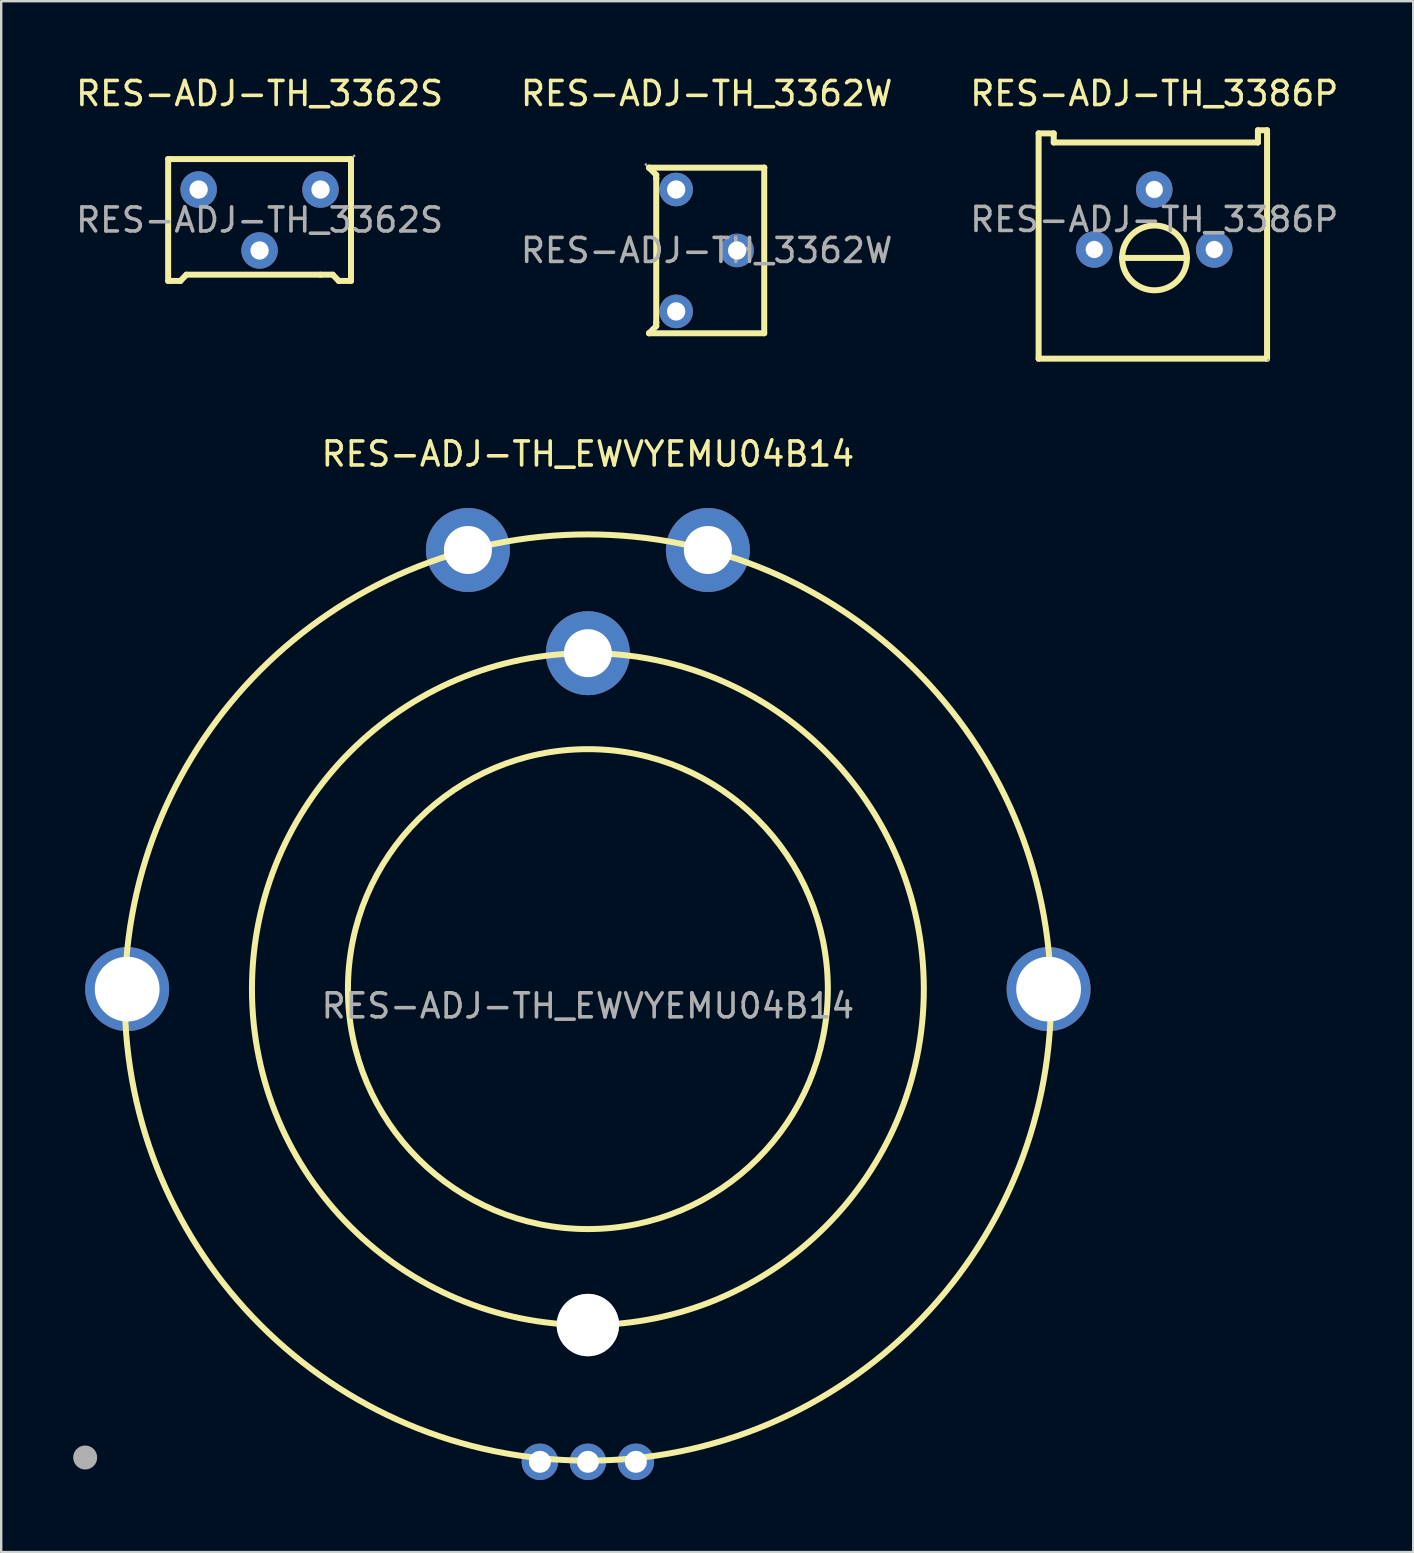
<source format=kicad_pcb>
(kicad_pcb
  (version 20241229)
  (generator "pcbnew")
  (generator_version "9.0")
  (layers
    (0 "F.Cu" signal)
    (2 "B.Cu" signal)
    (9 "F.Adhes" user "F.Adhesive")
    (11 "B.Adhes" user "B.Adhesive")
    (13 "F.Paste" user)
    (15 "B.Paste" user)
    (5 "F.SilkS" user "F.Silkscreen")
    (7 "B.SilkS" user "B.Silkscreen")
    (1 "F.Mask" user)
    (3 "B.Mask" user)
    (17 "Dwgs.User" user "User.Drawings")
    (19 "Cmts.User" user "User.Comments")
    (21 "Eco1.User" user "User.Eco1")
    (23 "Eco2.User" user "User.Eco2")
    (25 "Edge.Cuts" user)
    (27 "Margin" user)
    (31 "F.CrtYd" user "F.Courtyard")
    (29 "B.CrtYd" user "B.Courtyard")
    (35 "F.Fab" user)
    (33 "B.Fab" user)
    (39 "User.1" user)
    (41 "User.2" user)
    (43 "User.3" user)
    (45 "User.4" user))
  (footprint "RES-ADJ-TH_3362W"
    (layer "F.Cu")
    (at 26.399 7.388)
    (property "Reference" "RES-ADJ-TH_3362W" (at 0 -6.54 0) (layer "F.SilkS") (effects (font (size 1 1) (thickness 0.15))))
    (attr through_hole)
    (fp_line (start -2.4 -3.45) (end -2.4 -3.45) (stroke (width 0.25) (type solid)) (layer "F.SilkS"))
    (fp_line (start -2.4 -3.45) (end 2.4 -3.45) (stroke (width 0.25) (type solid)) (layer "F.SilkS"))
    (fp_line (start -2.4 3.45) (end -2.4 3.45) (stroke (width 0.25) (type solid)) (layer "F.SilkS"))
    (fp_line (start -2.4 3.45) (end -2.1 3.15) (stroke (width 0.25) (type solid)) (layer "F.SilkS"))
    (fp_line (start -2.1 -3.15) (end -2.4 -3.45) (stroke (width 0.25) (type solid)) (layer "F.SilkS"))
    (fp_line (start -2.1 -3) (end -2.1 -3.15) (stroke (width 0.25) (type solid)) (layer "F.SilkS"))
    (fp_line (start -2.1 -3) (end -2.1 -3) (stroke (width 0.25) (type solid)) (layer "F.SilkS"))
    (fp_line (start -2.1 3) (end -2.1 -3) (stroke (width 0.25) (type solid)) (layer "F.SilkS"))
    (fp_line (start -2.1 3) (end -2.1 3) (stroke (width 0.25) (type solid)) (layer "F.SilkS"))
    (fp_line (start -2.1 3.15) (end -2.1 3) (stroke (width 0.25) (type solid)) (layer "F.SilkS"))
    (fp_line (start 2.4 -3.45) (end 2.4 -3.45) (stroke (width 0.25) (type solid)) (layer "F.SilkS"))
    (fp_line (start 2.4 -3.45) (end 2.4 3.45) (stroke (width 0.25) (type solid)) (layer "F.SilkS"))
    (fp_line (start 2.4 3.45) (end -2.4 3.45) (stroke (width 0.25) (type solid)) (layer "F.SilkS"))
    (fp_circle (center -2.53 -3.58) (end -2.5 -3.58) (stroke (width 0.06) (type solid)) (fill no) (layer "F.Fab"))
    (fp_circle (center -1.27 -2.54) (end -1.13 -2.54) (stroke (width 0.28) (type solid)) (fill no) (layer "F.Fab"))
    (fp_circle (center -1.27 2.54) (end -1.13 2.54) (stroke (width 0.28) (type solid)) (fill no) (layer "F.Fab"))
    (fp_circle (center 1.27 0) (end 1.41 0) (stroke (width 0.28) (type solid)) (fill no) (layer "F.Fab"))
    (fp_text user "${REFERENCE}" (at 0 0 0) (layer "F.Fab") (effects (font (size 1 1) (thickness 0.15))))
    (pad "1" thru_hole circle (at -1.27 -2.54 90) (size 1.4 1.4) (drill 0.762) (layers "*.Cu" "*.Paste" "*.Mask"))
    (pad "2" thru_hole circle (at 1.27 0 90) (size 1.4 1.4) (drill 0.762) (layers "*.Cu" "*.Paste" "*.Mask"))
    (pad "3" thru_hole circle (at -1.27 2.54 90) (size 1.4 1.4) (drill 0.762) (layers "*.Cu" "*.Paste" "*.Mask")))
  (footprint "RES-ADJ-TH_EWVYEMU04B14"
    (layer "F.Cu")
    (at 21.45 38.871)
    (property "Reference" "RES-ADJ-TH_EWVYEMU04B14" (at 0 -23 0) (layer "F.SilkS") (effects (font (size 1 1) (thickness 0.15))))
    (attr through_hole)
    (fp_circle (center 0 -0.7) (end 10 -0.7) (stroke (width 0.25) (type solid)) (fill no) (layer "F.SilkS"))
    (fp_circle (center 0 -0.7) (end 14 -0.7) (stroke (width 0.25) (type solid)) (fill no) (layer "F.SilkS"))
    (fp_circle (center 0 -0.35) (end 19.3 -0.35) (stroke (width 0.25) (type solid)) (fill no) (layer "F.SilkS"))
    (fp_circle (center -20.95 18.82) (end -20.7 18.82) (stroke (width 0.5) (type solid)) (fill no) (layer "F.Fab"))
    (fp_circle (center -19.2 -0.7) (end -18.57 -0.7) (stroke (width 1.25) (type solid)) (fill no) (layer "F.Fab"))
    (fp_circle (center -5 -19.02) (end -4.55 -19.02) (stroke (width 0.9) (type solid)) (fill no) (layer "F.Fab"))
    (fp_circle (center -2 19) (end -1.82 19) (stroke (width 0.36) (type solid)) (fill no) (layer "F.Fab"))
    (fp_circle (center 0 -14.7) (end 0.45 -14.7) (stroke (width 0.9) (type solid)) (fill no) (layer "F.Fab"))
    (fp_circle (center 0 13.3) (end 0.6 13.3) (stroke (width 1.2) (type solid)) (fill no) (layer "F.Fab"))
    (fp_circle (center 0 19) (end 0.18 19) (stroke (width 0.36) (type solid)) (fill no) (layer "F.Fab"))
    (fp_circle (center 2 19) (end 2.18 19) (stroke (width 0.36) (type solid)) (fill no) (layer "F.Fab"))
    (fp_circle (center 5 -18.98) (end 5.45 -18.98) (stroke (width 0.9) (type solid)) (fill no) (layer "F.Fab"))
    (fp_circle (center 19.2 -0.7) (end 19.83 -0.7) (stroke (width 1.25) (type solid)) (fill no) (layer "F.Fab"))
    (fp_text user "${REFERENCE}" (at 0 0 0) (layer "F.Fab") (effects (font (size 1 1) (thickness 0.15))))
    (pad "" thru_hole circle (at 0 13.3) (size 2.6 2.6) (drill 2.6) (layers "*.Cu" "*.Mask"))
    (pad "1" thru_hole circle (at -2 19) (size 1.52 1.52) (drill 0.914) (layers "*.Cu" "*.Paste" "*.Mask"))
    (pad "2" thru_hole circle (at 0 19) (size 1.52 1.52) (drill 0.914) (layers "*.Cu" "*.Paste" "*.Mask"))
    (pad "3" thru_hole circle (at 2 19) (size 1.52 1.52) (drill 0.914) (layers "*.Cu" "*.Paste" "*.Mask"))
    (pad "4" thru_hole circle (at -19.2 -0.7) (size 3.5 3.5) (drill 2.7) (layers "*.Cu" "*.Paste" "*.Mask"))
    (pad "5" thru_hole circle (at 19.2 -0.7) (size 3.5 3.5) (drill 2.7) (layers "*.Cu" "*.Paste" "*.Mask"))
    (pad "6" thru_hole circle (at 0 -14.7) (size 3.5 3.5) (drill 2) (layers "*.Cu" "*.Paste" "*.Mask"))
    (pad "7" thru_hole circle (at -5 -19) (size 3.5 3.5) (drill 2) (layers "*.Cu" "*.Paste" "*.Mask"))
    (pad "8" thru_hole circle (at 5 -19) (size 3.5 3.5) (drill 2) (layers "*.Cu" "*.Paste" "*.Mask")))
  (footprint "RES-ADJ-TH_3362S"
    (layer "F.Cu")
    (at 7.768 6.118)
    (property "Reference" "RES-ADJ-TH_3362S" (at 0 -5.27 0) (layer "F.SilkS") (effects (font (size 1 1) (thickness 0.15))))
    (attr through_hole)
    (fp_line (start -3.81 -2.54) (end 3.81 -2.54) (stroke (width 0.25) (type solid)) (layer "F.SilkS"))
    (fp_line (start -3.81 2.54) (end -3.81 -2.54) (stroke (width 0.25) (type solid)) (layer "F.SilkS"))
    (fp_line (start -3.3 2.54) (end -3.81 2.54) (stroke (width 0.25) (type solid)) (layer "F.SilkS"))
    (fp_line (start -3.05 2.28) (end -3.3 2.54) (stroke (width 0.25) (type solid)) (layer "F.SilkS"))
    (fp_line (start 2.54 2.28) (end -3.05 2.28) (stroke (width 0.25) (type solid)) (layer "F.SilkS"))
    (fp_line (start 3.05 2.28) (end 2.54 2.28) (stroke (width 0.25) (type solid)) (layer "F.SilkS"))
    (fp_line (start 3.3 2.54) (end 3.05 2.28) (stroke (width 0.25) (type solid)) (layer "F.SilkS"))
    (fp_line (start 3.81 -2.54) (end 3.81 2.54) (stroke (width 0.25) (type solid)) (layer "F.SilkS"))
    (fp_line (start 3.81 2.54) (end 3.3 2.54) (stroke (width 0.25) (type solid)) (layer "F.SilkS"))
    (fp_circle (center -2.54 -1.27) (end -2.4 -1.27) (stroke (width 0.28) (type solid)) (fill no) (layer "F.Fab"))
    (fp_circle (center 0 1.27) (end 0.14 1.27) (stroke (width 0.28) (type solid)) (fill no) (layer "F.Fab"))
    (fp_circle (center 2.54 -1.27) (end 2.68 -1.27) (stroke (width 0.28) (type solid)) (fill no) (layer "F.Fab"))
    (fp_circle (center 3.94 -2.67) (end 3.97 -2.67) (stroke (width 0.06) (type solid)) (fill no) (layer "F.Fab"))
    (fp_text user "${REFERENCE}" (at 0 0 0) (layer "F.Fab") (effects (font (size 1 1) (thickness 0.15))))
    (pad "1" thru_hole circle (at 2.54 -1.27) (size 1.52 1.52) (drill 0.762) (layers "*.Cu" "*.Paste" "*.Mask"))
    (pad "2" thru_hole circle (at 0 1.27) (size 1.52 1.52) (drill 0.762) (layers "*.Cu" "*.Paste" "*.Mask"))
    (pad "3" thru_hole circle (at -2.54 -1.27) (size 1.52 1.52) (drill 0.762) (layers "*.Cu" "*.Paste" "*.Mask")))
  (footprint "RES-ADJ-TH_3386P"
    (layer "F.Cu")
    (at 45.054 6.098)
    (property "Reference" "RES-ADJ-TH_3386P" (at 0 -5.25 0) (layer "F.SilkS") (effects (font (size 1 1) (thickness 0.15))))
    (attr through_hole)
    (fp_line (start -4.82 -3.59) (end -4.82 5.8) (stroke (width 0.25) (type solid)) (layer "F.SilkS"))
    (fp_line (start -4.82 5.8) (end 4.7 5.8) (stroke (width 0.25) (type solid)) (layer "F.SilkS"))
    (fp_line (start -4.19 -3.59) (end -4.82 -3.59) (stroke (width 0.25) (type solid)) (layer "F.SilkS"))
    (fp_line (start -4.19 -3.21) (end -4.19 -3.59) (stroke (width 0.25) (type solid)) (layer "F.SilkS"))
    (fp_line (start 1.36 1.6) (end -1.35 1.6) (stroke (width 0.25) (type solid)) (layer "F.SilkS"))
    (fp_line (start 4.32 -3.72) (end 4.32 -3.21) (stroke (width 0.25) (type solid)) (layer "F.SilkS"))
    (fp_line (start 4.32 -3.21) (end -4.19 -3.21) (stroke (width 0.25) (type solid)) (layer "F.SilkS"))
    (fp_line (start 4.7 -3.72) (end 4.32 -3.72) (stroke (width 0.25) (type solid)) (layer "F.SilkS"))
    (fp_line (start 4.7 5.8) (end 4.7 -3.72) (stroke (width 0.25) (type solid)) (layer "F.SilkS"))
    (fp_arc (start 0.03 0.25) (mid 0.004963 2.950139) (end 0.000074 0.249888) (stroke (width 0.25) (type solid)) (layer "F.SilkS"))
    (fp_circle (center -2.5 1.25) (end -2.38 1.25) (stroke (width 0.25) (type solid)) (fill no) (layer "F.Fab"))
    (fp_circle (center 0 -1.25) (end 0.12 -1.25) (stroke (width 0.25) (type solid)) (fill no) (layer "F.Fab"))
    (fp_circle (center 2.5 1.25) (end 2.62 1.25) (stroke (width 0.25) (type solid)) (fill no) (layer "F.Fab"))
    (fp_circle (center 4.75 5.86) (end 4.78 5.86) (stroke (width 0.06) (type solid)) (fill no) (layer "F.Fab"))
    (fp_text user "${REFERENCE}" (at 0 0 0) (layer "F.Fab") (effects (font (size 1 1) (thickness 0.15))))
    (pad "1" thru_hole circle (at 2.5 1.25) (size 1.52 1.52) (drill 0.7) (layers "*.Cu" "*.Paste" "*.Mask"))
    (pad "2" thru_hole circle (at 0 -1.25) (size 1.52 1.52) (drill 0.7) (layers "*.Cu" "*.Paste" "*.Mask"))
    (pad "3" thru_hole circle (at -2.5 1.25) (size 1.52 1.52) (drill 0.7) (layers "*.Cu" "*.Paste" "*.Mask")))
  (gr_rect
    (start -3 -3)
    (end 55.845 61.632)
    (stroke (width 0.1) (type default))
    (fill no)
    (layer "Edge.Cuts")))
</source>
